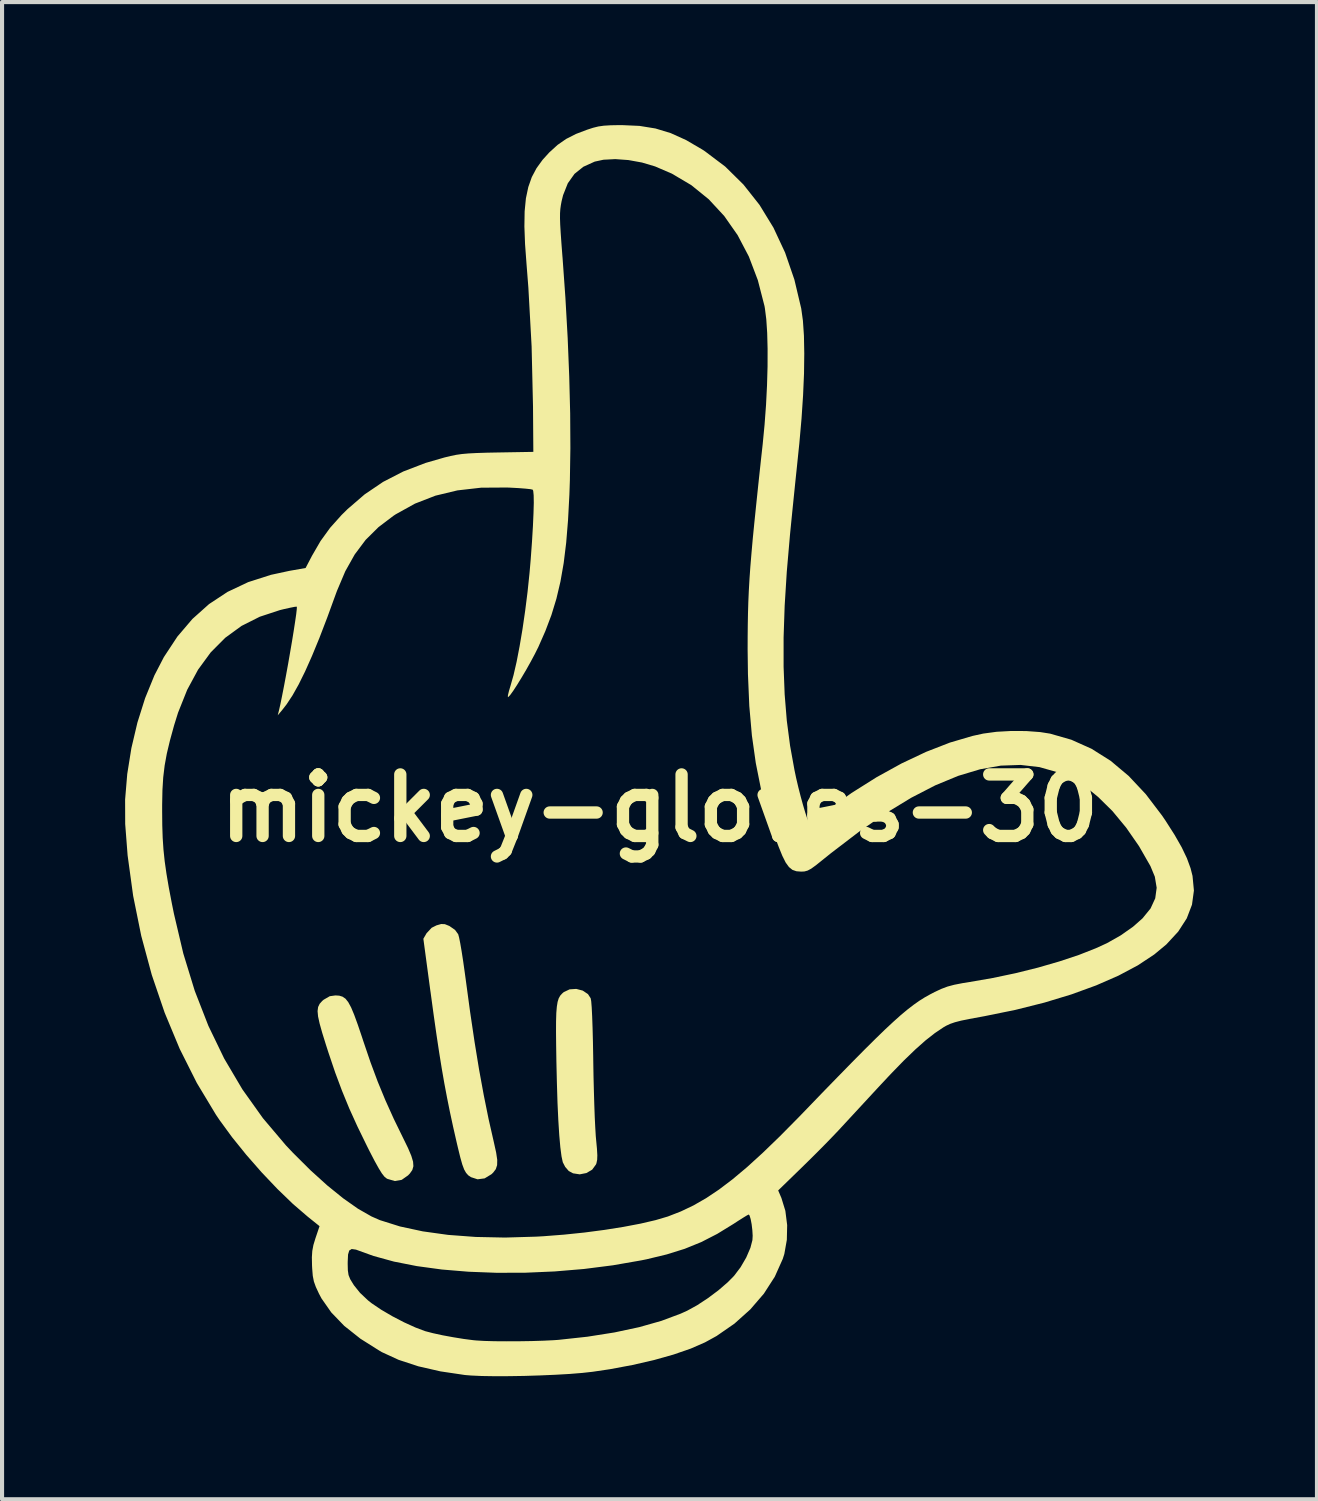
<source format=kicad_pcb>
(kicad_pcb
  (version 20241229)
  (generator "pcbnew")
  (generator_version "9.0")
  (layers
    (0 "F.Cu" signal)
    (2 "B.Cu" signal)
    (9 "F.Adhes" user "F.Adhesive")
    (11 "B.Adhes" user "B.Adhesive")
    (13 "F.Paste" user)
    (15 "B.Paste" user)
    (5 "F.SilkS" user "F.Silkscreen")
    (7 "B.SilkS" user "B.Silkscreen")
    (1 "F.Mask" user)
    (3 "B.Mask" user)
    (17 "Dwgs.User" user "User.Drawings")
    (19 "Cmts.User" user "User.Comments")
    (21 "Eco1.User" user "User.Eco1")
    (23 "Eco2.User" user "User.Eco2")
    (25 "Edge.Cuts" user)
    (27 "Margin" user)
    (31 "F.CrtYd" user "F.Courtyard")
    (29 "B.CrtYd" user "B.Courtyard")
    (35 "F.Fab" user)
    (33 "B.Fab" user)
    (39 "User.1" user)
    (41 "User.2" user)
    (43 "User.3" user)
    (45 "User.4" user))
  (footprint "mickey-gloves-30"
    (layer "F.Cu")
    (at 13.03 16.651)
    (property "Reference" "mickey-gloves-30" (at 0 0 0) (layer "F.SilkS") (effects (font (size 1.5 1.5) (thickness 0.3))))
    (attr board_only exclude_from_pos_files exclude_from_bom)
    (fp_poly (pts (xy -7.809 4.572) (xy -7.728 4.597) (xy -7.656 4.647) (xy -7.589 4.732) (xy -7.52 4.86) (xy -7.445 5.039) (xy -7.358 5.278) (xy -7.254 5.585) (xy -7.227 5.668) (xy -7.048 6.195) (xy -6.871 6.67) (xy -6.685 7.121) (xy -6.479 7.578) (xy -6.253 8.041) (xy -6.133 8.287) (xy -6.053 8.476) (xy -6.01 8.619) (xy -6.002 8.73) (xy -6.028 8.821) (xy -6.087 8.906) (xy -6.132 8.953) (xy -6.287 9.062) (xy -6.454 9.091) (xy -6.634 9.039) (xy -6.656 9.027) (xy -6.707 8.986) (xy -6.77 8.906) (xy -6.848 8.78) (xy -6.948 8.6) (xy -7.074 8.357) (xy -7.139 8.227) (xy -7.369 7.755) (xy -7.567 7.318) (xy -7.743 6.889) (xy -7.91 6.442) (xy -8.076 5.95) (xy -8.133 5.773) (xy -8.224 5.48) (xy -8.288 5.252) (xy -8.326 5.079) (xy -8.338 4.948) (xy -8.325 4.849) (xy -8.287 4.77) (xy -8.225 4.701) (xy -8.19 4.671) (xy -8.041 4.585) (xy -7.903 4.566)) (stroke (width 0) (type solid)) (fill yes) (layer "F.SilkS"))
    (fp_poly (pts (xy -1.875 4.448) (xy -1.746 4.534) (xy -1.68 4.636) (xy -1.667 4.709) (xy -1.655 4.858) (xy -1.644 5.077) (xy -1.634 5.358) (xy -1.625 5.697) (xy -1.618 6.086) (xy -1.617 6.177) (xy -1.611 6.535) (xy -1.602 6.89) (xy -1.592 7.227) (xy -1.581 7.533) (xy -1.568 7.793) (xy -1.556 7.994) (xy -1.548 8.082) (xy -1.527 8.304) (xy -1.518 8.462) (xy -1.522 8.573) (xy -1.539 8.655) (xy -1.55 8.685) (xy -1.643 8.813) (xy -1.784 8.896) (xy -1.947 8.928) (xy -2.11 8.903) (xy -2.214 8.847) (xy -2.301 8.747) (xy -2.36 8.633) (xy -2.391 8.489) (xy -2.42 8.267) (xy -2.446 7.972) (xy -2.469 7.608) (xy -2.489 7.178) (xy -2.504 6.687) (xy -2.516 6.174) (xy -2.522 5.778) (xy -2.525 5.455) (xy -2.524 5.197) (xy -2.518 4.994) (xy -2.505 4.839) (xy -2.486 4.722) (xy -2.459 4.636) (xy -2.423 4.572) (xy -2.377 4.521) (xy -2.336 4.485) (xy -2.194 4.418) (xy -2.032 4.407)) (stroke (width 0) (type solid)) (fill yes) (layer "F.SilkS"))
    (fp_poly (pts (xy -5.235 2.829) (xy -5.125 2.873) (xy -5.122 2.875) (xy -4.987 2.969) (xy -4.91 3.074) (xy -4.889 3.15) (xy -4.86 3.293) (xy -4.826 3.491) (xy -4.789 3.731) (xy -4.751 3.999) (xy -4.729 4.159) (xy -4.62 4.964) (xy -4.511 5.698) (xy -4.401 6.372) (xy -4.287 6.995) (xy -4.169 7.579) (xy -4.043 8.133) (xy -4.036 8.164) (xy -3.984 8.4) (xy -3.958 8.575) (xy -3.961 8.703) (xy -3.993 8.801) (xy -4.056 8.884) (xy -4.099 8.925) (xy -4.265 9.026) (xy -4.437 9.049) (xy -4.597 8.997) (xy -4.663 8.953) (xy -4.716 8.895) (xy -4.764 8.811) (xy -4.81 8.688) (xy -4.859 8.514) (xy -4.917 8.277) (xy -4.946 8.154) (xy -5.034 7.767) (xy -5.112 7.405) (xy -5.182 7.057) (xy -5.248 6.708) (xy -5.311 6.345) (xy -5.374 5.955) (xy -5.439 5.524) (xy -5.508 5.04) (xy -5.583 4.489) (xy -5.588 4.457) (xy -5.759 3.185) (xy -5.681 3.05) (xy -5.557 2.917) (xy -5.439 2.858) (xy -5.324 2.825)) (stroke (width 0) (type solid)) (fill yes) (layer "F.SilkS"))
    (fp_poly (pts (xy -0.491 -16.632) (xy -0.101 -16.569) (xy 0.271 -16.456) (xy 0.645 -16.287) (xy 1.04 -16.056) (xy 1.107 -16.012) (xy 1.601 -15.639) (xy 2.044 -15.202) (xy 2.436 -14.706) (xy 2.775 -14.152) (xy 3.059 -13.544) (xy 3.286 -12.884) (xy 3.453 -12.18) (xy 3.494 -11.883) (xy 3.519 -11.515) (xy 3.527 -11.084) (xy 3.521 -10.598) (xy 3.498 -10.066) (xy 3.46 -9.495) (xy 3.407 -8.895) (xy 3.387 -8.704) (xy 3.35 -8.344) (xy 3.31 -7.963) (xy 3.271 -7.581) (xy 3.234 -7.219) (xy 3.202 -6.899) (xy 3.179 -6.666) (xy 3.101 -5.766) (xy 3.049 -4.934) (xy 3.023 -4.164) (xy 3.023 -3.446) (xy 3.049 -2.771) (xy 3.101 -2.133) (xy 3.181 -1.521) (xy 3.288 -0.929) (xy 3.329 -0.734) (xy 3.381 -0.512) (xy 3.438 -0.289) (xy 3.496 -0.078) (xy 3.551 0.107) (xy 3.598 0.252) (xy 3.635 0.343) (xy 3.653 0.367) (xy 3.691 0.344) (xy 3.781 0.28) (xy 3.91 0.186) (xy 4.064 0.071) (xy 4.079 0.06) (xy 4.679 -0.369) (xy 5.289 -0.753) (xy 5.898 -1.089) (xy 6.497 -1.372) (xy 7.078 -1.598) (xy 7.629 -1.76) (xy 7.889 -1.817) (xy 8.214 -1.861) (xy 8.573 -1.881) (xy 8.938 -1.879) (xy 9.279 -1.854) (xy 9.52 -1.816) (xy 10.039 -1.667) (xy 10.53 -1.447) (xy 10.995 -1.154) (xy 11.435 -0.785) (xy 11.852 -0.341) (xy 12.249 0.181) (xy 12.334 0.306) (xy 12.556 0.654) (xy 12.728 0.955) (xy 12.855 1.221) (xy 12.944 1.464) (xy 12.992 1.652) (xy 13.026 2.009) (xy 12.979 2.354) (xy 12.851 2.688) (xy 12.643 3.01) (xy 12.355 3.322) (xy 12.06 3.567) (xy 11.66 3.832) (xy 11.186 4.084) (xy 10.644 4.321) (xy 10.04 4.541) (xy 9.381 4.741) (xy 8.672 4.919) (xy 7.92 5.072) (xy 7.817 5.091) (xy 7.551 5.14) (xy 7.35 5.181) (xy 7.199 5.22) (xy 7.083 5.26) (xy 6.985 5.306) (xy 6.921 5.343) (xy 6.71 5.485) (xy 6.483 5.663) (xy 6.233 5.885) (xy 5.953 6.155) (xy 5.636 6.481) (xy 5.397 6.736) (xy 5.183 6.967) (xy 4.965 7.203) (xy 4.757 7.428) (xy 4.572 7.628) (xy 4.422 7.79) (xy 4.369 7.848) (xy 4.224 8) (xy 4.038 8.192) (xy 3.829 8.403) (xy 3.614 8.616) (xy 3.459 8.768) (xy 2.891 9.32) (xy 2.97 9.505) (xy 3.066 9.817) (xy 3.11 10.166) (xy 3.102 10.525) (xy 3.041 10.869) (xy 3.002 10.991) (xy 2.808 11.424) (xy 2.542 11.837) (xy 2.211 12.221) (xy 1.824 12.568) (xy 1.389 12.869) (xy 1.107 13.024) (xy 0.759 13.176) (xy 0.34 13.321) (xy -0.136 13.455) (xy -0.658 13.575) (xy -1.214 13.679) (xy -1.633 13.741) (xy -1.886 13.769) (xy -2.194 13.794) (xy -2.543 13.814) (xy -2.916 13.83) (xy -3.298 13.842) (xy -3.673 13.848) (xy -4.025 13.849) (xy -4.339 13.844) (xy -4.599 13.832) (xy -4.745 13.82) (xy -5.343 13.731) (xy -5.884 13.607) (xy -6.362 13.45) (xy -6.771 13.262) (xy -6.818 13.235) (xy -7.293 12.935) (xy -7.688 12.622) (xy -8.004 12.294) (xy -8.243 11.952) (xy -8.303 11.839) (xy -8.38 11.674) (xy -8.428 11.54) (xy -8.455 11.402) (xy -8.469 11.228) (xy -8.473 11.156) (xy -8.474 11.105) (xy -7.604 11.105) (xy -7.6 11.268) (xy -7.583 11.383) (xy -7.542 11.485) (xy -7.467 11.607) (xy -7.45 11.634) (xy -7.302 11.818) (xy -7.109 12) (xy -7.022 12.069) (xy -6.79 12.226) (xy -6.517 12.386) (xy -6.23 12.535) (xy -5.953 12.661) (xy -5.714 12.751) (xy -5.706 12.753) (xy -5.526 12.8) (xy -5.292 12.851) (xy -5.031 12.899) (xy -4.772 12.941) (xy -4.54 12.971) (xy -4.464 12.978) (xy -4.275 12.989) (xy -4.025 12.996) (xy -3.734 12.998) (xy -3.424 12.997) (xy -3.114 12.992) (xy -2.826 12.983) (xy -2.581 12.971) (xy -2.467 12.963) (xy -1.759 12.886) (xy -1.1 12.782) (xy -0.497 12.653) (xy 0.043 12.5) (xy 0.514 12.324) (xy 0.673 12.252) (xy 0.915 12.119) (xy 1.177 11.947) (xy 1.435 11.754) (xy 1.662 11.558) (xy 1.814 11.404) (xy 1.974 11.193) (xy 2.112 10.956) (xy 2.214 10.719) (xy 2.263 10.531) (xy 2.269 10.424) (xy 2.261 10.288) (xy 2.244 10.145) (xy 2.22 10.019) (xy 2.194 9.933) (xy 2.173 9.907) (xy 2.131 9.928) (xy 2.037 9.985) (xy 1.906 10.068) (xy 1.802 10.136) (xy 1.406 10.379) (xy 1.016 10.579) (xy 0.613 10.743) (xy 0.174 10.88) (xy -0.319 10.999) (xy -0.448 11.025) (xy -1.137 11.145) (xy -1.843 11.235) (xy -2.559 11.295) (xy -3.273 11.326) (xy -3.976 11.328) (xy -4.658 11.302) (xy -5.308 11.248) (xy -5.918 11.165) (xy -6.476 11.055) (xy -6.974 10.918) (xy -7.243 10.821) (xy -7.402 10.763) (xy -7.506 10.748) (xy -7.566 10.785) (xy -7.595 10.882) (xy -7.603 11.05) (xy -7.604 11.105) (xy -8.474 11.105) (xy -8.477 10.952) (xy -8.467 10.795) (xy -8.439 10.648) (xy -8.39 10.487) (xy -8.29 10.191) (xy -8.579 9.959) (xy -8.938 9.65) (xy -9.317 9.284) (xy -9.701 8.88) (xy -10.075 8.453) (xy -10.422 8.023) (xy -10.728 7.604) (xy -10.815 7.475) (xy -11.281 6.701) (xy -11.699 5.869) (xy -12.066 4.987) (xy -12.38 4.065) (xy -12.637 3.112) (xy -12.834 2.138) (xy -12.969 1.152) (xy -13.028 0.387) (xy -13.029 0.082) (xy -12.127 0.082) (xy -12.124 0.421) (xy -12.114 0.725) (xy -12.095 1.011) (xy -12.065 1.296) (xy -12.022 1.598) (xy -11.965 1.934) (xy -11.891 2.321) (xy -11.84 2.573) (xy -11.611 3.545) (xy -11.332 4.455) (xy -11 5.307) (xy -10.614 6.106) (xy -10.171 6.856) (xy -9.67 7.559) (xy -9.109 8.222) (xy -8.939 8.402) (xy -8.512 8.827) (xy -8.102 9.198) (xy -7.714 9.512) (xy -7.353 9.766) (xy -7.024 9.954) (xy -6.819 10.044) (xy -6.33 10.198) (xy -5.773 10.318) (xy -5.155 10.404) (xy -4.485 10.454) (xy -3.768 10.469) (xy -3.013 10.447) (xy -2.834 10.437) (xy -2.332 10.398) (xy -1.83 10.346) (xy -1.343 10.282) (xy -0.883 10.209) (xy -0.463 10.129) (xy -0.098 10.044) (xy 0.2 9.956) (xy 0.213 9.951) (xy 0.521 9.831) (xy 0.825 9.686) (xy 1.132 9.51) (xy 1.448 9.299) (xy 1.779 9.048) (xy 2.132 8.752) (xy 2.513 8.405) (xy 2.928 8.004) (xy 3.383 7.544) (xy 3.511 7.412) (xy 3.954 6.952) (xy 4.347 6.548) (xy 4.693 6.194) (xy 4.996 5.888) (xy 5.262 5.624) (xy 5.495 5.398) (xy 5.7 5.207) (xy 5.881 5.045) (xy 6.043 4.91) (xy 6.191 4.796) (xy 6.328 4.699) (xy 6.46 4.616) (xy 6.592 4.542) (xy 6.707 4.482) (xy 6.868 4.407) (xy 7.019 4.35) (xy 7.184 4.306) (xy 7.389 4.266) (xy 7.557 4.239) (xy 8.117 4.142) (xy 8.678 4.024) (xy 9.225 3.888) (xy 9.743 3.738) (xy 10.219 3.58) (xy 10.638 3.415) (xy 10.906 3.292) (xy 11.24 3.103) (xy 11.541 2.892) (xy 11.773 2.687) (xy 11.969 2.446) (xy 12.083 2.199) (xy 12.118 1.942) (xy 12.073 1.671) (xy 11.966 1.413) (xy 11.688 0.928) (xy 11.375 0.477) (xy 11.04 0.072) (xy 10.692 -0.271) (xy 10.51 -0.42) (xy 10.112 -0.683) (xy 9.696 -0.876) (xy 9.259 -1) (xy 8.8 -1.053) (xy 8.319 -1.036) (xy 7.813 -0.947) (xy 7.281 -0.787) (xy 6.722 -0.556) (xy 6.133 -0.252) (xy 5.515 0.124) (xy 4.865 0.573) (xy 4.182 1.095) (xy 3.969 1.266) (xy 3.811 1.393) (xy 3.696 1.476) (xy 3.608 1.523) (xy 3.531 1.544) (xy 3.453 1.548) (xy 3.335 1.539) (xy 3.238 1.505) (xy 3.154 1.437) (xy 3.074 1.327) (xy 2.992 1.163) (xy 2.9 0.936) (xy 2.83 0.748) (xy 2.633 0.149) (xy 2.472 -0.463) (xy 2.345 -1.1) (xy 2.25 -1.771) (xy 2.187 -2.489) (xy 2.154 -3.265) (xy 2.146 -3.873) (xy 2.147 -4.188) (xy 2.15 -4.479) (xy 2.155 -4.755) (xy 2.163 -5.025) (xy 2.175 -5.296) (xy 2.191 -5.577) (xy 2.212 -5.877) (xy 2.239 -6.203) (xy 2.271 -6.564) (xy 2.311 -6.969) (xy 2.358 -7.425) (xy 2.412 -7.941) (xy 2.475 -8.526) (xy 2.513 -8.868) (xy 2.559 -9.346) (xy 2.595 -9.831) (xy 2.619 -10.309) (xy 2.632 -10.768) (xy 2.633 -11.197) (xy 2.623 -11.585) (xy 2.601 -11.918) (xy 2.567 -12.186) (xy 2.557 -12.242) (xy 2.395 -12.87) (xy 2.176 -13.447) (xy 1.902 -13.969) (xy 1.575 -14.436) (xy 1.198 -14.843) (xy 0.772 -15.188) (xy 0.299 -15.468) (xy -0.11 -15.644) (xy -0.43 -15.739) (xy -0.76 -15.799) (xy -1.08 -15.822) (xy -1.369 -15.807) (xy -1.582 -15.761) (xy -1.858 -15.636) (xy -2.075 -15.462) (xy -2.238 -15.232) (xy -2.353 -14.942) (xy -2.389 -14.796) (xy -2.407 -14.699) (xy -2.42 -14.605) (xy -2.427 -14.503) (xy -2.428 -14.38) (xy -2.423 -14.224) (xy -2.411 -14.024) (xy -2.393 -13.766) (xy -2.368 -13.44) (xy -2.367 -13.436) (xy -2.296 -12.439) (xy -2.241 -11.465) (xy -2.203 -10.523) (xy -2.18 -9.624) (xy -2.175 -8.779) (xy -2.187 -7.999) (xy -2.199 -7.644) (xy -2.232 -7.023) (xy -2.277 -6.471) (xy -2.338 -5.975) (xy -2.417 -5.523) (xy -2.516 -5.104) (xy -2.638 -4.705) (xy -2.786 -4.314) (xy -2.956 -3.928) (xy -3.042 -3.756) (xy -3.144 -3.565) (xy -3.255 -3.367) (xy -3.369 -3.175) (xy -3.476 -3.001) (xy -3.57 -2.857) (xy -3.644 -2.755) (xy -3.69 -2.708) (xy -3.699 -2.707) (xy -3.697 -2.753) (xy -3.673 -2.853) (xy -3.634 -2.984) (xy -3.561 -3.241) (xy -3.486 -3.566) (xy -3.413 -3.945) (xy -3.342 -4.365) (xy -3.277 -4.812) (xy -3.219 -5.271) (xy -3.171 -5.731) (xy -3.143 -6.054) (xy -3.111 -6.492) (xy -3.088 -6.873) (xy -3.074 -7.191) (xy -3.067 -7.443) (xy -3.07 -7.626) (xy -3.081 -7.734) (xy -3.094 -7.764) (xy -3.15 -7.776) (xy -3.271 -7.789) (xy -3.441 -7.802) (xy -3.645 -7.813) (xy -3.723 -7.816) (xy -4.35 -7.812) (xy -4.929 -7.746) (xy -5.465 -7.617) (xy -5.964 -7.423) (xy -6.433 -7.163) (xy -6.489 -7.126) (xy -6.854 -6.849) (xy -7.166 -6.54) (xy -7.432 -6.185) (xy -7.662 -5.776) (xy -7.864 -5.299) (xy -7.889 -5.232) (xy -8.1 -4.653) (xy -8.294 -4.147) (xy -8.474 -3.71) (xy -8.641 -3.335) (xy -8.798 -3.017) (xy -8.948 -2.75) (xy -9.094 -2.529) (xy -9.206 -2.385) (xy -9.309 -2.263) (xy -9.28 -2.378) (xy -9.245 -2.531) (xy -9.204 -2.733) (xy -9.157 -2.972) (xy -9.107 -3.238) (xy -9.056 -3.517) (xy -9.007 -3.8) (xy -8.96 -4.074) (xy -8.919 -4.327) (xy -8.885 -4.549) (xy -8.859 -4.727) (xy -8.845 -4.851) (xy -8.843 -4.909) (xy -8.844 -4.911) (xy -8.891 -4.908) (xy -8.999 -4.887) (xy -9.149 -4.854) (xy -9.255 -4.828) (xy -9.747 -4.666) (xy -10.192 -4.442) (xy -10.59 -4.152) (xy -10.943 -3.797) (xy -11.251 -3.376) (xy -11.516 -2.886) (xy -11.739 -2.328) (xy -11.836 -2.017) (xy -11.937 -1.649) (xy -12.013 -1.331) (xy -12.066 -1.04) (xy -12.101 -0.75) (xy -12.12 -0.438) (xy -12.127 -0.079) (xy -12.127 0.082) (xy -13.029 0.082) (xy -13.03 -0.209) (xy -12.978 -0.832) (xy -12.877 -1.463) (xy -12.73 -2.086) (xy -12.542 -2.682) (xy -12.316 -3.236) (xy -12.085 -3.682) (xy -11.755 -4.183) (xy -11.389 -4.612) (xy -10.983 -4.975) (xy -10.532 -5.272) (xy -10.031 -5.509) (xy -9.476 -5.687) (xy -9.027 -5.784) (xy -8.63 -5.854) (xy -8.474 -6.152) (xy -8.266 -6.511) (xy -8.033 -6.833) (xy -7.753 -7.146) (xy -7.609 -7.288) (xy -7.19 -7.649) (xy -6.741 -7.953) (xy -6.25 -8.206) (xy -5.706 -8.415) (xy -5.242 -8.549) (xy -5.093 -8.585) (xy -4.957 -8.613) (xy -4.816 -8.633) (xy -4.656 -8.647) (xy -4.46 -8.657) (xy -4.211 -8.665) (xy -3.955 -8.67) (xy -3.078 -8.685) (xy -3.086 -9.795) (xy -3.12 -11.257) (xy -3.199 -12.687) (xy -3.243 -13.25) (xy -3.28 -13.75) (xy -3.296 -14.18) (xy -3.29 -14.549) (xy -3.259 -14.866) (xy -3.201 -15.141) (xy -3.116 -15.383) (xy -3 -15.601) (xy -2.853 -15.804) (xy -2.691 -15.983) (xy -2.488 -16.168) (xy -2.278 -16.314) (xy -2.035 -16.437) (xy -1.769 -16.538) (xy -1.622 -16.586) (xy -1.493 -16.618) (xy -1.358 -16.637) (xy -1.194 -16.647) (xy -0.977 -16.651) (xy -0.917 -16.651)) (stroke (width 0) (type solid)) (fill yes) (layer "F.SilkS")))
  (gr_rect
    (start -3 -3)
    (end 29.056 33.5)
    (stroke (width 0.1) (type default))
    (fill no)
    (layer "Edge.Cuts")))
</source>
